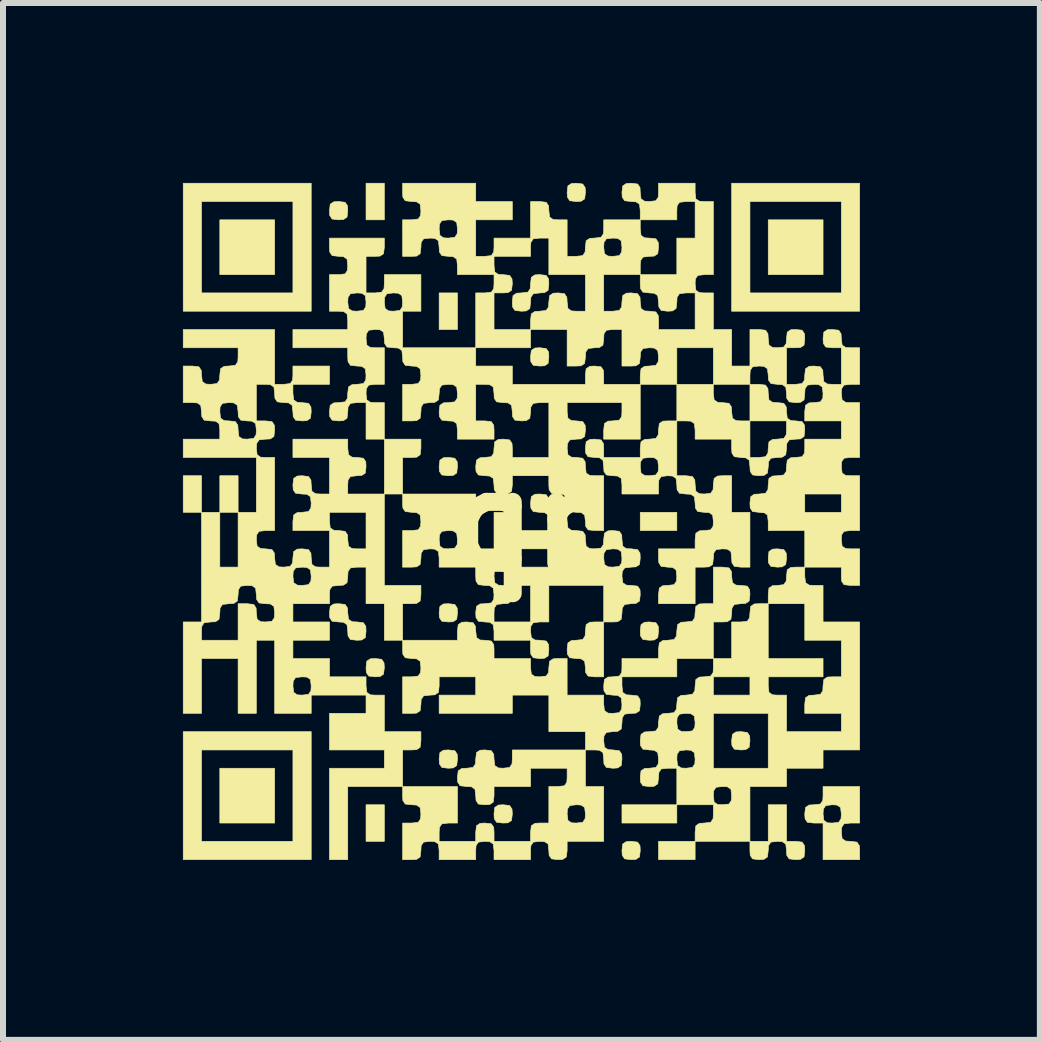
<source format=kicad_pcb>
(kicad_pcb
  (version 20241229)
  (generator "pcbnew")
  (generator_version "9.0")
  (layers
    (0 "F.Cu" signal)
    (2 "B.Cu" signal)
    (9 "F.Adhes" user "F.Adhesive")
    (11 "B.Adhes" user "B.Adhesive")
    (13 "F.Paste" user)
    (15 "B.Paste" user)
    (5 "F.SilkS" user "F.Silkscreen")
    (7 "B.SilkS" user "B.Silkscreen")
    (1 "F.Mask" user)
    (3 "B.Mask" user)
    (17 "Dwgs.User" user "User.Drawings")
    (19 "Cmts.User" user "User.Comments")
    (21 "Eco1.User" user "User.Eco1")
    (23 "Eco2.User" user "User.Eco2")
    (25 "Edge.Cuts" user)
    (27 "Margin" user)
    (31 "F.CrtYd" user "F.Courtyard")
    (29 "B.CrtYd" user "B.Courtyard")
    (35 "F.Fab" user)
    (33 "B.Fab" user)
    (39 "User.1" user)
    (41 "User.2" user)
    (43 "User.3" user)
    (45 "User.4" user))
  (footprint "qr"
    (layer "F.Cu")
    (at 5.644 5.644)
    (property "Reference" "qr" (at 0 0 0) (layer "F.SilkS") (effects (font (size 1.524 1.524) (thickness 0.3))))
    (attr through_hole)
    (fp_poly (pts (xy -5.639 -0.152) (xy -5.639 -0.762) (xy -5.334 -0.762) (xy -5.334 -0.152) (xy -5.639 -0.152)) (stroke (width 0.01) (type solid)) (fill yes) (layer "F.SilkS"))
    (fp_poly (pts (xy -4.115 -4.115) (xy -5.029 -4.115) (xy -5.029 -5.029) (xy -4.115 -5.029) (xy -4.115 -4.115)) (stroke (width 0.01) (type solid)) (fill yes) (layer "F.SilkS"))
    (fp_poly (pts (xy -4.115 5.029) (xy -5.029 5.029) (xy -5.029 4.115) (xy -4.115 4.115) (xy -4.115 5.029)) (stroke (width 0.01) (type solid)) (fill yes) (layer "F.SilkS"))
    (fp_poly (pts (xy -2.286 -5.029) (xy -2.591 -5.029) (xy -2.591 -5.639) (xy -2.286 -5.639) (xy -2.286 -5.029)) (stroke (width 0.01) (type solid)) (fill yes) (layer "F.SilkS"))
    (fp_poly (pts (xy -2.286 5.334) (xy -2.591 5.334) (xy -2.591 4.724) (xy -2.286 4.724) (xy -2.286 5.334)) (stroke (width 0.01) (type solid)) (fill yes) (layer "F.SilkS"))
    (fp_poly (pts (xy -1.067 -3.2) (xy -1.372 -3.2) (xy -1.372 -3.81) (xy -1.067 -3.81) (xy -1.067 -3.2)) (stroke (width 0.01) (type solid)) (fill yes) (layer "F.SilkS"))
    (fp_poly (pts (xy 2.591 0.152) (xy 1.981 0.152) (xy 1.981 -0.152) (xy 2.591 -0.152) (xy 2.591 0.152)) (stroke (width 0.01) (type solid)) (fill yes) (layer "F.SilkS"))
    (fp_poly (pts (xy 2.591 5.029) (xy 1.676 5.029) (xy 1.676 4.724) (xy 2.591 4.724) (xy 2.591 5.029)) (stroke (width 0.01) (type solid)) (fill yes) (layer "F.SilkS"))
    (fp_poly (pts (xy 2.896 5.639) (xy 2.286 5.639) (xy 2.286 5.334) (xy 2.896 5.334) (xy 2.896 5.639)) (stroke (width 0.01) (type solid)) (fill yes) (layer "F.SilkS"))
    (fp_poly (pts (xy 5.029 -4.115) (xy 4.115 -4.115) (xy 4.115 -5.029) (xy 5.029 -5.029) (xy 5.029 -4.115)) (stroke (width 0.01) (type solid)) (fill yes) (layer "F.SilkS"))
    (fp_poly (pts (xy -2.286 -1.372) (xy -1.676 -1.372) (xy -1.676 -1.219) (xy -1.689 -1.111) (xy -1.748 -1.071) (xy -1.829 -1.067) (xy -1.981 -1.067) (xy -1.981 -0.457) (xy -2.286 -0.457) (xy -2.286 -1.372)) (stroke (width 0.01) (type solid)) (fill yes) (layer "F.SilkS"))
    (fp_poly (pts (xy -3.505 -3.505) (xy -5.639 -3.505) (xy -5.639 -5.334) (xy -5.334 -5.334) (xy -5.334 -3.81) (xy -3.81 -3.81) (xy -3.81 -5.334) (xy -5.334 -5.334) (xy -5.639 -5.334) (xy -5.639 -5.639) (xy -3.505 -5.639) (xy -3.505 -3.505)) (stroke (width 0.01) (type solid)) (fill yes) (layer "F.SilkS"))
    (fp_poly (pts (xy -3.505 5.639) (xy -5.639 5.639) (xy -5.639 3.81) (xy -5.334 3.81) (xy -5.334 5.334) (xy -3.81 5.334) (xy -3.81 3.81) (xy -5.334 3.81) (xy -5.639 3.81) (xy -5.639 3.505) (xy -3.505 3.505) (xy -3.505 5.639)) (stroke (width 0.01) (type solid)) (fill yes) (layer "F.SilkS"))
    (fp_poly (pts (xy 5.639 -3.505) (xy 3.505 -3.505) (xy 3.505 -5.334) (xy 3.81 -5.334) (xy 3.81 -3.81) (xy 5.334 -3.81) (xy 5.334 -5.334) (xy 3.81 -5.334) (xy 3.505 -5.334) (xy 3.505 -5.639) (xy 5.639 -5.639) (xy 5.639 -3.505)) (stroke (width 0.01) (type solid)) (fill yes) (layer "F.SilkS"))
    (fp_poly (pts (xy -2.94 -5.321) (xy -2.9 -5.262) (xy -2.896 -5.182) (xy -2.908 -5.074) (xy -2.968 -5.034) (xy -3.048 -5.029) (xy -3.156 -5.042) (xy -3.196 -5.101) (xy -3.2 -5.182) (xy -3.188 -5.29) (xy -3.128 -5.329) (xy -3.048 -5.334) (xy -2.94 -5.321)) (stroke (width 0.01) (type solid)) (fill yes) (layer "F.SilkS"))
    (fp_poly (pts (xy -2.33 2.299) (xy -2.291 2.358) (xy -2.286 2.438) (xy -2.299 2.546) (xy -2.358 2.586) (xy -2.438 2.591) (xy -2.546 2.578) (xy -2.586 2.519) (xy -2.591 2.438) (xy -2.578 2.33) (xy -2.519 2.291) (xy -2.438 2.286) (xy -2.33 2.299)) (stroke (width 0.01) (type solid)) (fill yes) (layer "F.SilkS"))
    (fp_poly (pts (xy -1.111 -1.054) (xy -1.071 -0.995) (xy -1.067 -0.914) (xy -1.079 -0.806) (xy -1.139 -0.767) (xy -1.219 -0.762) (xy -1.327 -0.775) (xy -1.367 -0.834) (xy -1.372 -0.914) (xy -1.359 -1.022) (xy -1.3 -1.062) (xy -1.219 -1.067) (xy -1.111 -1.054)) (stroke (width 0.01) (type solid)) (fill yes) (layer "F.SilkS"))
    (fp_poly (pts (xy -1.111 1.384) (xy -1.071 1.444) (xy -1.067 1.524) (xy -1.079 1.632) (xy -1.139 1.672) (xy -1.219 1.676) (xy -1.327 1.664) (xy -1.367 1.604) (xy -1.372 1.524) (xy -1.359 1.416) (xy -1.3 1.376) (xy -1.219 1.372) (xy -1.111 1.384)) (stroke (width 0.01) (type solid)) (fill yes) (layer "F.SilkS"))
    (fp_poly (pts (xy -1.111 3.823) (xy -1.071 3.882) (xy -1.067 3.962) (xy -1.079 4.07) (xy -1.139 4.11) (xy -1.219 4.115) (xy -1.327 4.102) (xy -1.367 4.043) (xy -1.372 3.962) (xy -1.359 3.854) (xy -1.3 3.815) (xy -1.219 3.81) (xy -1.111 3.823)) (stroke (width 0.01) (type solid)) (fill yes) (layer "F.SilkS"))
    (fp_poly (pts (xy -0.197 4.737) (xy -0.157 4.796) (xy -0.152 4.877) (xy -0.165 4.985) (xy -0.224 5.025) (xy -0.305 5.029) (xy -0.413 5.017) (xy -0.453 4.957) (xy -0.457 4.877) (xy -0.445 4.769) (xy -0.385 4.729) (xy -0.305 4.724) (xy -0.197 4.737)) (stroke (width 0.01) (type solid)) (fill yes) (layer "F.SilkS"))
    (fp_poly (pts (xy 0.413 -2.883) (xy 0.453 -2.824) (xy 0.457 -2.743) (xy 0.445 -2.635) (xy 0.385 -2.595) (xy 0.305 -2.591) (xy 0.197 -2.603) (xy 0.157 -2.663) (xy 0.152 -2.743) (xy 0.165 -2.851) (xy 0.224 -2.891) (xy 0.305 -2.896) (xy 0.413 -2.883)) (stroke (width 0.01) (type solid)) (fill yes) (layer "F.SilkS"))
    (fp_poly (pts (xy 1.022 -5.626) (xy 1.062 -5.567) (xy 1.067 -5.486) (xy 1.054 -5.378) (xy 0.995 -5.339) (xy 0.914 -5.334) (xy 0.806 -5.347) (xy 0.767 -5.406) (xy 0.762 -5.486) (xy 0.775 -5.594) (xy 0.834 -5.634) (xy 0.914 -5.639) (xy 1.022 -5.626)) (stroke (width 0.01) (type solid)) (fill yes) (layer "F.SilkS"))
    (fp_poly (pts (xy 1.937 5.347) (xy 1.977 5.406) (xy 1.981 5.486) (xy 1.969 5.594) (xy 1.909 5.634) (xy 1.829 5.639) (xy 1.721 5.626) (xy 1.681 5.567) (xy 1.676 5.486) (xy 1.689 5.378) (xy 1.748 5.339) (xy 1.829 5.334) (xy 1.937 5.347)) (stroke (width 0.01) (type solid)) (fill yes) (layer "F.SilkS"))
    (fp_poly (pts (xy 2.242 1.689) (xy 2.281 1.748) (xy 2.286 1.829) (xy 2.273 1.937) (xy 2.214 1.977) (xy 2.134 1.981) (xy 2.026 1.969) (xy 1.986 1.909) (xy 1.981 1.829) (xy 1.994 1.721) (xy 2.053 1.681) (xy 2.134 1.676) (xy 2.242 1.689)) (stroke (width 0.01) (type solid)) (fill yes) (layer "F.SilkS"))
    (fp_poly (pts (xy 3.766 3.518) (xy 3.805 3.577) (xy 3.81 3.658) (xy 3.797 3.766) (xy 3.738 3.805) (xy 3.658 3.81) (xy 3.55 3.797) (xy 3.51 3.738) (xy 3.505 3.658) (xy 3.518 3.55) (xy 3.577 3.51) (xy 3.658 3.505) (xy 3.766 3.518)) (stroke (width 0.01) (type solid)) (fill yes) (layer "F.SilkS"))
    (fp_poly (pts (xy 4.375 0.47) (xy 4.415 0.529) (xy 4.42 0.61) (xy 4.407 0.718) (xy 4.348 0.757) (xy 4.267 0.762) (xy 4.159 0.749) (xy 4.119 0.69) (xy 4.115 0.61) (xy 4.127 0.502) (xy 4.187 0.462) (xy 4.267 0.457) (xy 4.375 0.47)) (stroke (width 0.01) (type solid)) (fill yes) (layer "F.SilkS"))
    (fp_poly (pts (xy 1.372 2.591) (xy 1.219 2.591) (xy 1.111 2.578) (xy 1.071 2.519) (xy 1.067 2.438) (xy 1.054 2.33) (xy 0.995 2.291) (xy 0.914 2.286) (xy 0.806 2.273) (xy 0.767 2.214) (xy 0.762 2.134) (xy 0.775 2.026) (xy 0.834 1.986) (xy 0.914 1.981) (xy 1.022 1.969) (xy 1.062 1.909) (xy 1.067 1.829) (xy 1.079 1.721) (xy 1.139 1.681) (xy 1.219 1.676) (xy 1.372 1.676) (xy 1.372 2.591)) (stroke (width 0.01) (type solid)) (fill yes) (layer "F.SilkS"))
    (fp_poly (pts (xy -2.94 1.384) (xy -2.9 1.444) (xy -2.896 1.524) (xy -2.883 1.632) (xy -2.824 1.672) (xy -2.743 1.676) (xy -2.635 1.689) (xy -2.595 1.748) (xy -2.591 1.829) (xy -2.603 1.937) (xy -2.663 1.977) (xy -2.743 1.981) (xy -2.851 1.969) (xy -2.891 1.909) (xy -2.896 1.829) (xy -2.908 1.721) (xy -2.968 1.681) (xy -3.048 1.676) (xy -3.156 1.664) (xy -3.196 1.604) (xy -3.2 1.524) (xy -3.188 1.416) (xy -3.128 1.376) (xy -3.048 1.372) (xy -2.94 1.384)) (stroke (width 0.01) (type solid)) (fill yes) (layer "F.SilkS"))
    (fp_poly (pts (xy 0.413 -4.102) (xy 0.453 -4.043) (xy 0.457 -3.962) (xy 0.445 -3.854) (xy 0.385 -3.815) (xy 0.305 -3.81) (xy 0.197 -3.797) (xy 0.157 -3.738) (xy 0.152 -3.658) (xy 0.14 -3.55) (xy 0.08 -3.51) (xy 0 -3.505) (xy -0.108 -3.518) (xy -0.148 -3.577) (xy -0.152 -3.658) (xy -0.14 -3.766) (xy -0.08 -3.805) (xy 0 -3.81) (xy 0.108 -3.823) (xy 0.148 -3.882) (xy 0.152 -3.962) (xy 0.165 -4.07) (xy 0.224 -4.11) (xy 0.305 -4.115) (xy 0.413 -4.102)) (stroke (width 0.01) (type solid)) (fill yes) (layer "F.SilkS"))
    (fp_poly (pts (xy 4.115 5.334) (xy 4.115 4.724) (xy 4.42 4.724) (xy 4.42 5.334) (xy 4.572 5.334) (xy 4.68 5.347) (xy 4.72 5.406) (xy 4.724 5.486) (xy 4.712 5.594) (xy 4.652 5.634) (xy 4.572 5.639) (xy 4.464 5.626) (xy 4.424 5.567) (xy 4.42 5.486) (xy 4.407 5.378) (xy 4.348 5.339) (xy 4.267 5.334) (xy 4.159 5.347) (xy 4.119 5.406) (xy 4.115 5.486) (xy 4.102 5.594) (xy 4.043 5.634) (xy 3.962 5.639) (xy 3.854 5.626) (xy 3.815 5.567) (xy 3.81 5.486) (xy 3.81 5.334) (xy 4.115 5.334)) (stroke (width 0.01) (type solid)) (fill yes) (layer "F.SilkS"))
    (fp_poly (pts (xy 5.639 5.029) (xy 5.486 5.029) (xy 5.378 5.042) (xy 5.339 5.101) (xy 5.334 5.182) (xy 5.347 5.29) (xy 5.406 5.329) (xy 5.486 5.334) (xy 5.594 5.347) (xy 5.634 5.406) (xy 5.639 5.486) (xy 5.639 5.639) (xy 5.029 5.639) (xy 5.029 5.029) (xy 4.877 5.029) (xy 4.769 5.017) (xy 4.729 4.957) (xy 4.724 4.877) (xy 5.029 4.877) (xy 5.042 4.985) (xy 5.101 5.025) (xy 5.182 5.029) (xy 5.29 5.017) (xy 5.329 4.957) (xy 5.334 4.877) (xy 5.321 4.769) (xy 5.262 4.729) (xy 5.182 4.724) (xy 5.074 4.737) (xy 5.034 4.796) (xy 5.029 4.877) (xy 4.724 4.877) (xy 4.737 4.769) (xy 4.796 4.729) (xy 4.877 4.724) (xy 4.985 4.712) (xy 5.025 4.652) (xy 5.029 4.572) (xy 5.029 4.42) (xy 5.639 4.42) (xy 5.639 5.029)) (stroke (width 0.01) (type solid)) (fill yes) (layer "F.SilkS"))
    (fp_poly (pts (xy 2.591 -2.286) (xy 3.2 -2.286) (xy 3.2 -2.134) (xy 3.213 -2.026) (xy 3.272 -1.986) (xy 3.353 -1.981) (xy 3.461 -1.969) (xy 3.501 -1.909) (xy 3.505 -1.829) (xy 3.518 -1.721) (xy 3.577 -1.681) (xy 3.658 -1.676) (xy 3.81 -1.676) (xy 3.81 -1.067) (xy 3.962 -1.067) (xy 4.07 -1.079) (xy 4.11 -1.139) (xy 4.115 -1.219) (xy 4.127 -1.327) (xy 4.187 -1.367) (xy 4.267 -1.372) (xy 4.375 -1.384) (xy 4.415 -1.444) (xy 4.42 -1.524) (xy 4.42 -1.676) (xy 3.81 -1.676) (xy 3.81 -2.286) (xy 3.962 -2.286) (xy 4.07 -2.273) (xy 4.11 -2.214) (xy 4.115 -2.134) (xy 4.127 -2.026) (xy 4.187 -1.986) (xy 4.267 -1.981) (xy 4.375 -1.969) (xy 4.415 -1.909) (xy 4.42 -1.829) (xy 4.432 -1.721) (xy 4.492 -1.681) (xy 4.572 -1.676) (xy 4.68 -1.664) (xy 4.72 -1.604) (xy 4.724 -1.524) (xy 4.712 -1.416) (xy 4.652 -1.376) (xy 4.572 -1.372) (xy 4.464 -1.359) (xy 4.424 -1.3) (xy 4.42 -1.219) (xy 4.407 -1.111) (xy 4.348 -1.071) (xy 4.267 -1.067) (xy 4.159 -1.054) (xy 4.119 -0.995) (xy 4.115 -0.914) (xy 4.102 -0.806) (xy 4.043 -0.767) (xy 3.962 -0.762) (xy 3.854 -0.775) (xy 3.815 -0.834) (xy 3.81 -0.914) (xy 3.797 -1.022) (xy 3.738 -1.062) (xy 3.658 -1.067) (xy 3.55 -1.079) (xy 3.51 -1.139) (xy 3.505 -1.219) (xy 3.505 -1.372) (xy 2.896 -1.372) (xy 2.896 -1.524) (xy 2.883 -1.632) (xy 2.824 -1.672) (xy 2.743 -1.676) (xy 2.591 -1.676) (xy 2.591 -2.286)) (stroke (width 0.01) (type solid)) (fill yes) (layer "F.SilkS"))
    (fp_poly (pts (xy 2.591 -0.762) (xy 2.743 -0.762) (xy 2.851 -0.749) (xy 2.891 -0.69) (xy 2.896 -0.61) (xy 2.908 -0.502) (xy 2.968 -0.462) (xy 3.048 -0.457) (xy 3.156 -0.47) (xy 3.196 -0.529) (xy 3.2 -0.61) (xy 3.213 -0.718) (xy 3.272 -0.757) (xy 3.353 -0.762) (xy 3.505 -0.762) (xy 3.505 -0.152) (xy 3.81 -0.152) (xy 3.81 0.762) (xy 3.658 0.762) (xy 3.55 0.749) (xy 3.51 0.69) (xy 3.505 0.61) (xy 3.493 0.502) (xy 3.433 0.462) (xy 3.353 0.457) (xy 3.245 0.47) (xy 3.205 0.529) (xy 3.2 0.61) (xy 3.188 0.718) (xy 3.128 0.757) (xy 3.048 0.762) (xy 2.896 0.762) (xy 2.896 1.372) (xy 2.286 1.372) (xy 2.286 1.219) (xy 2.299 1.111) (xy 2.358 1.071) (xy 2.438 1.067) (xy 2.546 1.054) (xy 2.586 0.995) (xy 2.591 0.914) (xy 2.578 0.806) (xy 2.519 0.767) (xy 2.438 0.762) (xy 2.33 0.749) (xy 2.291 0.69) (xy 2.286 0.61) (xy 2.286 0.457) (xy 2.896 0.457) (xy 2.896 0.305) (xy 2.908 0.197) (xy 2.968 0.157) (xy 3.048 0.152) (xy 3.156 0.14) (xy 3.196 0.08) (xy 3.2 0) (xy 3.188 -0.108) (xy 3.128 -0.148) (xy 3.048 -0.152) (xy 2.94 -0.165) (xy 2.9 -0.224) (xy 2.896 -0.305) (xy 2.883 -0.413) (xy 2.824 -0.453) (xy 2.743 -0.457) (xy 2.635 -0.47) (xy 2.595 -0.529) (xy 2.591 -0.61) (xy 2.578 -0.718) (xy 2.519 -0.757) (xy 2.438 -0.762) (xy 2.33 -0.749) (xy 2.291 -0.69) (xy 2.286 -0.61) (xy 2.286 -0.457) (xy 1.676 -0.457) (xy 1.676 -0.61) (xy 1.664 -0.718) (xy 1.604 -0.757) (xy 1.524 -0.762) (xy 1.416 -0.775) (xy 1.376 -0.834) (xy 1.372 -0.914) (xy 1.981 -0.914) (xy 1.994 -0.806) (xy 2.053 -0.767) (xy 2.134 -0.762) (xy 2.242 -0.775) (xy 2.281 -0.834) (xy 2.286 -0.914) (xy 2.273 -1.022) (xy 2.214 -1.062) (xy 2.134 -1.067) (xy 2.026 -1.054) (xy 1.986 -0.995) (xy 1.981 -0.914) (xy 1.372 -0.914) (xy 1.359 -1.022) (xy 1.3 -1.062) (xy 1.219 -1.067) (xy 1.111 -1.079) (xy 1.071 -1.139) (xy 1.067 -1.219) (xy 1.079 -1.327) (xy 1.139 -1.367) (xy 1.219 -1.372) (xy 1.327 -1.359) (xy 1.367 -1.3) (xy 1.372 -1.219) (xy 1.372 -1.067) (xy 1.981 -1.067) (xy 1.981 -1.219) (xy 1.994 -1.327) (xy 2.053 -1.367) (xy 2.134 -1.372) (xy 2.242 -1.384) (xy 2.281 -1.444) (xy 2.286 -1.524) (xy 2.299 -1.632) (xy 2.358 -1.672) (xy 2.438 -1.676) (xy 2.591 -1.676) (xy 2.591 -0.762)) (stroke (width 0.01) (type solid)) (fill yes) (layer "F.SilkS"))
    (fp_poly (pts (xy 1.067 4.42) (xy 1.372 4.42) (xy 1.372 5.334) (xy 0.762 5.334) (xy 0.762 5.486) (xy 0.749 5.594) (xy 0.69 5.634) (xy 0.61 5.639) (xy 0.502 5.626) (xy 0.462 5.567) (xy 0.457 5.486) (xy 0.445 5.378) (xy 0.385 5.339) (xy 0.305 5.334) (xy 0.197 5.347) (xy 0.157 5.406) (xy 0.152 5.486) (xy 0.152 5.639) (xy -0.457 5.639) (xy -0.457 5.486) (xy -0.47 5.378) (xy -0.529 5.339) (xy -0.61 5.334) (xy -0.718 5.347) (xy -0.757 5.406) (xy -0.762 5.486) (xy -0.762 5.639) (xy -1.372 5.639) (xy -1.372 5.486) (xy -1.384 5.378) (xy -1.444 5.339) (xy -1.524 5.334) (xy -1.632 5.347) (xy -1.672 5.406) (xy -1.676 5.486) (xy -1.689 5.594) (xy -1.748 5.634) (xy -1.829 5.639) (xy -1.981 5.639) (xy -1.981 5.029) (xy -1.829 5.029) (xy -1.721 5.017) (xy -1.681 4.957) (xy -1.676 4.877) (xy -1.689 4.769) (xy -1.748 4.729) (xy -1.829 4.724) (xy -1.937 4.712) (xy -1.977 4.652) (xy -1.981 4.572) (xy -1.981 4.42) (xy -1.067 4.42) (xy -1.067 5.029) (xy -1.219 5.029) (xy -1.327 5.042) (xy -1.367 5.101) (xy -1.372 5.182) (xy -1.372 5.334) (xy -0.762 5.334) (xy -0.762 5.182) (xy -0.749 5.074) (xy -0.69 5.034) (xy -0.61 5.029) (xy -0.502 5.042) (xy -0.462 5.101) (xy -0.457 5.182) (xy -0.457 5.334) (xy 0.152 5.334) (xy 0.152 5.182) (xy 0.165 5.074) (xy 0.224 5.034) (xy 0.305 5.029) (xy 0.457 5.029) (xy 0.457 4.877) (xy 0.762 4.877) (xy 0.775 4.985) (xy 0.834 5.025) (xy 0.914 5.029) (xy 1.022 5.017) (xy 1.062 4.957) (xy 1.067 4.877) (xy 1.054 4.769) (xy 0.995 4.729) (xy 0.914 4.724) (xy 0.806 4.737) (xy 0.767 4.796) (xy 0.762 4.877) (xy 0.457 4.877) (xy 0.457 4.42) (xy 0.61 4.42) (xy 0.718 4.407) (xy 0.757 4.348) (xy 0.762 4.267) (xy 0.762 4.115) (xy 0.152 4.115) (xy 0.152 4.42) (xy -0.457 4.42) (xy -0.457 4.572) (xy -0.47 4.68) (xy -0.529 4.72) (xy -0.61 4.724) (xy -0.718 4.712) (xy -0.757 4.652) (xy -0.762 4.572) (xy -0.775 4.464) (xy -0.834 4.424) (xy -0.914 4.42) (xy -1.022 4.407) (xy -1.062 4.348) (xy -1.067 4.267) (xy -1.054 4.159) (xy -0.995 4.119) (xy -0.914 4.115) (xy -0.806 4.102) (xy -0.767 4.043) (xy -0.762 3.962) (xy -0.749 3.854) (xy -0.69 3.815) (xy -0.61 3.81) (xy -0.502 3.823) (xy -0.462 3.882) (xy -0.457 3.962) (xy -0.445 4.07) (xy -0.385 4.11) (xy -0.305 4.115) (xy -0.197 4.102) (xy -0.157 4.043) (xy -0.152 3.962) (xy -0.152 3.81) (xy 1.067 3.81) (xy 1.067 4.42)) (stroke (width 0.01) (type solid)) (fill yes) (layer "F.SilkS"))
    (fp_poly (pts (xy 1.067 3.505) (xy 0.457 3.505) (xy 0.457 2.896) (xy -0.152 2.896) (xy -0.152 3.2) (xy -1.372 3.2) (xy -1.372 2.896) (xy -0.762 2.896) (xy -0.762 2.591) (xy -1.372 2.591) (xy -1.372 2.743) (xy -1.384 2.851) (xy -1.444 2.891) (xy -1.524 2.896) (xy -1.632 2.908) (xy -1.672 2.968) (xy -1.676 3.048) (xy -1.689 3.156) (xy -1.748 3.196) (xy -1.829 3.2) (xy -1.981 3.2) (xy -1.981 2.591) (xy -1.829 2.591) (xy -1.721 2.578) (xy -1.681 2.519) (xy -1.676 2.438) (xy -1.689 2.33) (xy -1.748 2.291) (xy -1.829 2.286) (xy -1.937 2.273) (xy -1.977 2.214) (xy -1.981 2.134) (xy -1.981 1.981) (xy -1.067 1.981) (xy -1.067 1.829) (xy -1.054 1.721) (xy -0.995 1.681) (xy -0.914 1.676) (xy -0.806 1.689) (xy -0.767 1.748) (xy -0.762 1.829) (xy -0.749 1.937) (xy -0.69 1.977) (xy -0.61 1.981) (xy -0.502 1.994) (xy -0.462 2.053) (xy -0.457 2.134) (xy -0.457 2.286) (xy 0.152 2.286) (xy 0.152 2.438) (xy 0.165 2.546) (xy 0.224 2.586) (xy 0.305 2.591) (xy 0.413 2.578) (xy 0.453 2.519) (xy 0.457 2.438) (xy 0.47 2.33) (xy 0.529 2.291) (xy 0.61 2.286) (xy 0.762 2.286) (xy 0.762 2.896) (xy 1.372 2.896) (xy 1.372 3.048) (xy 1.384 3.156) (xy 1.444 3.196) (xy 1.524 3.2) (xy 1.632 3.188) (xy 1.672 3.128) (xy 1.676 3.048) (xy 1.664 2.94) (xy 1.604 2.9) (xy 1.524 2.896) (xy 1.416 2.883) (xy 1.376 2.824) (xy 1.372 2.743) (xy 1.384 2.635) (xy 1.444 2.595) (xy 1.524 2.591) (xy 1.632 2.578) (xy 1.672 2.519) (xy 1.676 2.438) (xy 1.676 2.286) (xy 2.286 2.286) (xy 2.286 2.134) (xy 2.299 2.026) (xy 2.358 1.986) (xy 2.438 1.981) (xy 2.546 1.969) (xy 2.586 1.909) (xy 2.591 1.829) (xy 2.603 1.721) (xy 2.663 1.681) (xy 2.743 1.676) (xy 2.851 1.664) (xy 2.891 1.604) (xy 2.896 1.524) (xy 2.908 1.416) (xy 2.968 1.376) (xy 3.048 1.372) (xy 3.2 1.372) (xy 3.2 0.762) (xy 3.353 0.762) (xy 3.461 0.775) (xy 3.501 0.834) (xy 3.505 0.914) (xy 3.518 1.022) (xy 3.577 1.062) (xy 3.658 1.067) (xy 3.766 1.079) (xy 3.805 1.139) (xy 3.81 1.219) (xy 3.797 1.327) (xy 3.738 1.367) (xy 3.658 1.372) (xy 3.55 1.384) (xy 3.51 1.444) (xy 3.505 1.524) (xy 3.493 1.632) (xy 3.433 1.672) (xy 3.353 1.676) (xy 3.2 1.676) (xy 3.2 2.286) (xy 2.591 2.286) (xy 2.591 2.591) (xy 1.676 2.591) (xy 1.676 2.743) (xy 1.689 2.851) (xy 1.748 2.891) (xy 1.829 2.896) (xy 1.937 2.908) (xy 1.977 2.968) (xy 1.981 3.048) (xy 1.969 3.156) (xy 1.909 3.196) (xy 1.829 3.2) (xy 1.721 3.213) (xy 1.681 3.272) (xy 1.676 3.353) (xy 1.664 3.461) (xy 1.604 3.501) (xy 1.524 3.505) (xy 1.416 3.518) (xy 1.376 3.577) (xy 1.372 3.658) (xy 1.384 3.766) (xy 1.444 3.805) (xy 1.524 3.81) (xy 1.632 3.823) (xy 1.672 3.882) (xy 1.676 3.962) (xy 1.664 4.07) (xy 1.604 4.11) (xy 1.524 4.115) (xy 1.416 4.102) (xy 1.376 4.043) (xy 1.372 3.962) (xy 1.359 3.854) (xy 1.3 3.815) (xy 1.219 3.81) (xy 1.067 3.81) (xy 1.067 3.505)) (stroke (width 0.01) (type solid)) (fill yes) (layer "F.SilkS"))
    (fp_poly (pts (xy 2.896 5.334) (xy 2.896 5.182) (xy 2.908 5.074) (xy 2.968 5.034) (xy 3.048 5.029) (xy 3.156 5.017) (xy 3.196 4.957) (xy 3.2 4.877) (xy 3.2 4.724) (xy 2.591 4.724) (xy 2.591 4.572) (xy 3.2 4.572) (xy 3.213 4.68) (xy 3.272 4.72) (xy 3.353 4.724) (xy 3.461 4.712) (xy 3.501 4.652) (xy 3.505 4.572) (xy 3.493 4.464) (xy 3.433 4.424) (xy 3.353 4.42) (xy 3.245 4.432) (xy 3.205 4.492) (xy 3.2 4.572) (xy 2.591 4.572) (xy 2.591 4.115) (xy 2.438 4.115) (xy 2.33 4.127) (xy 2.291 4.187) (xy 2.286 4.267) (xy 2.273 4.375) (xy 2.214 4.415) (xy 2.134 4.42) (xy 2.026 4.407) (xy 1.986 4.348) (xy 1.981 4.267) (xy 1.994 4.159) (xy 2.053 4.119) (xy 2.134 4.115) (xy 2.242 4.102) (xy 2.281 4.043) (xy 2.286 3.962) (xy 2.591 3.962) (xy 2.603 4.07) (xy 2.663 4.11) (xy 2.743 4.115) (xy 2.851 4.102) (xy 2.891 4.043) (xy 2.896 3.962) (xy 2.883 3.854) (xy 2.824 3.815) (xy 2.743 3.81) (xy 2.635 3.823) (xy 2.595 3.882) (xy 2.591 3.962) (xy 2.286 3.962) (xy 2.273 3.854) (xy 2.214 3.815) (xy 2.134 3.81) (xy 2.026 3.797) (xy 1.986 3.738) (xy 1.981 3.658) (xy 1.994 3.55) (xy 2.053 3.51) (xy 2.134 3.505) (xy 2.242 3.493) (xy 2.281 3.433) (xy 2.286 3.353) (xy 2.591 3.353) (xy 2.603 3.461) (xy 2.663 3.501) (xy 2.743 3.505) (xy 2.851 3.493) (xy 2.891 3.433) (xy 2.896 3.353) (xy 2.883 3.245) (xy 2.824 3.205) (xy 2.743 3.2) (xy 3.2 3.2) (xy 3.2 4.115) (xy 4.115 4.115) (xy 4.115 3.2) (xy 3.2 3.2) (xy 2.743 3.2) (xy 2.635 3.213) (xy 2.595 3.272) (xy 2.591 3.353) (xy 2.286 3.353) (xy 2.299 3.245) (xy 2.358 3.205) (xy 2.438 3.2) (xy 2.546 3.188) (xy 2.586 3.128) (xy 2.591 3.048) (xy 2.603 2.94) (xy 2.663 2.9) (xy 2.743 2.896) (xy 2.851 2.883) (xy 2.891 2.824) (xy 2.896 2.743) (xy 2.908 2.635) (xy 2.968 2.595) (xy 3.048 2.591) (xy 3.2 2.591) (xy 3.2 2.896) (xy 3.81 2.896) (xy 3.81 2.591) (xy 3.2 2.591) (xy 3.048 2.591) (xy 3.156 2.578) (xy 3.196 2.519) (xy 3.2 2.438) (xy 3.2 2.286) (xy 3.505 2.286) (xy 3.505 1.676) (xy 3.658 1.676) (xy 3.766 1.664) (xy 3.805 1.604) (xy 3.81 1.524) (xy 3.823 1.416) (xy 3.882 1.376) (xy 3.962 1.372) (xy 4.115 1.372) (xy 4.115 2.286) (xy 5.029 2.286) (xy 5.029 2.591) (xy 4.115 2.591) (xy 4.115 2.743) (xy 4.127 2.851) (xy 4.187 2.891) (xy 4.267 2.896) (xy 4.42 2.896) (xy 4.42 3.505) (xy 5.334 3.505) (xy 5.334 3.2) (xy 4.724 3.2) (xy 4.724 3.048) (xy 4.737 2.94) (xy 4.796 2.9) (xy 4.877 2.896) (xy 4.985 2.883) (xy 5.025 2.824) (xy 5.029 2.743) (xy 5.042 2.635) (xy 5.101 2.595) (xy 5.182 2.591) (xy 5.334 2.591) (xy 5.334 1.981) (xy 4.724 1.981) (xy 4.724 1.372) (xy 4.115 1.372) (xy 4.115 1.219) (xy 4.127 1.111) (xy 4.187 1.071) (xy 4.267 1.067) (xy 4.375 1.054) (xy 4.415 0.995) (xy 4.42 0.914) (xy 4.432 0.806) (xy 4.492 0.767) (xy 4.572 0.762) (xy 4.724 0.762) (xy 4.724 0.914) (xy 4.737 1.022) (xy 4.796 1.062) (xy 4.877 1.067) (xy 5.029 1.067) (xy 5.029 1.676) (xy 5.639 1.676) (xy 5.639 3.81) (xy 5.029 3.81) (xy 5.029 4.115) (xy 4.42 4.115) (xy 4.42 4.42) (xy 3.81 4.42) (xy 3.81 5.334) (xy 2.896 5.334)) (stroke (width 0.01) (type solid)) (fill yes) (layer "F.SilkS"))
    (fp_poly (pts (xy 1.372 1.067) (xy 0.457 1.067) (xy 0.457 1.676) (xy 0.305 1.676) (xy 0.197 1.689) (xy 0.157 1.748) (xy 0.152 1.829) (xy 0.165 1.937) (xy 0.224 1.977) (xy 0.305 1.981) (xy 0.413 1.994) (xy 0.453 2.053) (xy 0.457 2.134) (xy 0.445 2.242) (xy 0.385 2.281) (xy 0.305 2.286) (xy 0.197 2.273) (xy 0.157 2.214) (xy 0.152 2.134) (xy 0.152 1.981) (xy -0.457 1.981) (xy -0.457 1.829) (xy -0.47 1.721) (xy -0.529 1.681) (xy -0.61 1.676) (xy -0.718 1.664) (xy -0.757 1.604) (xy -0.762 1.524) (xy -0.749 1.416) (xy -0.69 1.376) (xy -0.61 1.372) (xy -0.502 1.359) (xy -0.462 1.3) (xy -0.457 1.219) (xy -0.47 1.111) (xy -0.529 1.071) (xy -0.61 1.067) (xy -0.718 1.054) (xy -0.757 0.995) (xy -0.762 0.914) (xy -0.457 0.914) (xy -0.445 1.022) (xy -0.385 1.062) (xy -0.305 1.067) (xy -0.197 1.079) (xy -0.157 1.139) (xy -0.152 1.219) (xy -0.165 1.327) (xy -0.224 1.367) (xy -0.305 1.372) (xy -0.413 1.384) (xy -0.453 1.444) (xy -0.457 1.524) (xy -0.457 1.676) (xy 0.152 1.676) (xy 0.152 1.067) (xy 0 1.067) (xy -0.108 1.054) (xy -0.148 0.995) (xy -0.152 0.914) (xy -0.152 0.762) (xy 0.457 0.762) (xy 0.457 0.61) (xy 1.372 0.61) (xy 1.384 0.718) (xy 1.444 0.757) (xy 1.524 0.762) (xy 1.632 0.749) (xy 1.672 0.69) (xy 1.676 0.61) (xy 1.664 0.502) (xy 1.604 0.462) (xy 1.524 0.457) (xy 1.416 0.47) (xy 1.376 0.529) (xy 1.372 0.61) (xy 0.457 0.61) (xy 0.457 0.457) (xy -0.152 0.457) (xy -0.152 0.61) (xy -0.165 0.718) (xy -0.224 0.757) (xy -0.305 0.762) (xy -0.413 0.775) (xy -0.453 0.834) (xy -0.457 0.914) (xy -0.762 0.914) (xy -0.762 0.762) (xy -1.372 0.762) (xy -1.372 0.61) (xy -1.384 0.502) (xy -1.444 0.462) (xy -1.524 0.457) (xy -1.632 0.47) (xy -1.672 0.529) (xy -1.676 0.61) (xy -1.689 0.718) (xy -1.748 0.757) (xy -1.829 0.762) (xy -1.981 0.762) (xy -1.981 0.305) (xy -1.372 0.305) (xy -1.359 0.413) (xy -1.3 0.453) (xy -1.219 0.457) (xy -1.111 0.445) (xy -1.071 0.385) (xy -1.067 0.305) (xy -1.079 0.197) (xy -1.139 0.157) (xy -1.219 0.152) (xy -1.327 0.165) (xy -1.367 0.224) (xy -1.372 0.305) (xy -1.981 0.305) (xy -1.981 0.152) (xy -1.829 0.152) (xy -1.721 0.14) (xy -1.681 0.08) (xy -1.676 0) (xy -1.689 -0.108) (xy -1.748 -0.148) (xy -1.829 -0.152) (xy -1.937 -0.165) (xy -1.977 -0.224) (xy -1.981 -0.305) (xy -1.981 -0.457) (xy -0.762 -0.457) (xy -0.762 0.457) (xy -0.457 0.457) (xy -0.457 -0.152) (xy -0.305 -0.152) (xy -0.197 -0.14) (xy -0.157 -0.08) (xy -0.152 0) (xy -0.152 0.152) (xy 0.457 0.152) (xy 0.457 0) (xy 0.445 -0.108) (xy 0.385 -0.148) (xy 0.305 -0.152) (xy 0.197 -0.165) (xy 0.157 -0.224) (xy 0.152 -0.305) (xy 0.165 -0.413) (xy 0.224 -0.453) (xy 0.305 -0.457) (xy 0.413 -0.445) (xy 0.453 -0.385) (xy 0.457 -0.305) (xy 0.47 -0.197) (xy 0.529 -0.157) (xy 0.61 -0.152) (xy 0.718 -0.14) (xy 0.757 -0.08) (xy 0.762 0) (xy 0.775 0.108) (xy 0.834 0.148) (xy 0.914 0.152) (xy 1.022 0.165) (xy 1.062 0.224) (xy 1.067 0.305) (xy 1.079 0.413) (xy 1.139 0.453) (xy 1.219 0.457) (xy 1.327 0.445) (xy 1.367 0.385) (xy 1.372 0.305) (xy 1.384 0.197) (xy 1.444 0.157) (xy 1.524 0.152) (xy 1.632 0.165) (xy 1.672 0.224) (xy 1.676 0.305) (xy 1.689 0.413) (xy 1.748 0.453) (xy 1.829 0.457) (xy 1.937 0.47) (xy 1.977 0.529) (xy 1.981 0.61) (xy 1.969 0.718) (xy 1.909 0.757) (xy 1.829 0.762) (xy 1.721 0.775) (xy 1.681 0.834) (xy 1.676 0.914) (xy 1.689 1.022) (xy 1.748 1.062) (xy 1.829 1.067) (xy 1.937 1.079) (xy 1.977 1.139) (xy 1.981 1.219) (xy 1.969 1.327) (xy 1.909 1.367) (xy 1.829 1.372) (xy 1.721 1.384) (xy 1.681 1.444) (xy 1.676 1.524) (xy 1.664 1.632) (xy 1.604 1.672) (xy 1.524 1.676) (xy 1.372 1.676) (xy 1.372 1.067)) (stroke (width 0.01) (type solid)) (fill yes) (layer "F.SilkS"))
    (fp_poly (pts (xy -2.591 -1.372) (xy -2.591 -1.981) (xy -2.743 -1.981) (xy -2.851 -1.969) (xy -2.891 -1.909) (xy -2.896 -1.829) (xy -2.908 -1.721) (xy -2.968 -1.681) (xy -3.048 -1.676) (xy -3.156 -1.689) (xy -3.196 -1.748) (xy -3.2 -1.829) (xy -3.188 -1.937) (xy -3.128 -1.977) (xy -3.048 -1.981) (xy -2.94 -1.994) (xy -2.9 -2.053) (xy -2.896 -2.134) (xy -2.883 -2.242) (xy -2.824 -2.281) (xy -2.743 -2.286) (xy -2.635 -2.299) (xy -2.595 -2.358) (xy -2.591 -2.438) (xy -2.603 -2.546) (xy -2.663 -2.586) (xy -2.743 -2.591) (xy -2.851 -2.603) (xy -2.891 -2.663) (xy -2.896 -2.743) (xy -2.896 -2.896) (xy -3.81 -2.896) (xy -3.81 -3.2) (xy -2.896 -3.2) (xy -2.896 -3.353) (xy -2.908 -3.461) (xy -2.968 -3.501) (xy -3.048 -3.505) (xy -3.2 -3.505) (xy -3.2 -3.658) (xy -2.896 -3.658) (xy -2.883 -3.55) (xy -2.824 -3.51) (xy -2.743 -3.505) (xy -2.635 -3.518) (xy -2.595 -3.577) (xy -2.591 -3.658) (xy -2.286 -3.658) (xy -2.273 -3.55) (xy -2.214 -3.51) (xy -2.134 -3.505) (xy -2.026 -3.518) (xy -1.986 -3.577) (xy -1.981 -3.658) (xy -1.994 -3.766) (xy -2.053 -3.805) (xy -2.134 -3.81) (xy -2.242 -3.797) (xy -2.281 -3.738) (xy -2.286 -3.658) (xy -2.591 -3.658) (xy -2.603 -3.766) (xy -2.663 -3.805) (xy -2.743 -3.81) (xy -2.851 -3.797) (xy -2.891 -3.738) (xy -2.896 -3.658) (xy -3.2 -3.658) (xy -3.2 -4.115) (xy -3.048 -4.115) (xy -2.94 -4.127) (xy -2.9 -4.187) (xy -2.896 -4.267) (xy -2.908 -4.375) (xy -2.968 -4.415) (xy -3.048 -4.42) (xy -3.156 -4.432) (xy -3.196 -4.492) (xy -3.2 -4.572) (xy -3.2 -4.724) (xy -2.286 -4.724) (xy -2.286 -4.572) (xy -2.299 -4.464) (xy -2.358 -4.424) (xy -2.438 -4.42) (xy -2.591 -4.42) (xy -2.591 -3.81) (xy -2.438 -3.81) (xy -2.33 -3.823) (xy -2.291 -3.882) (xy -2.286 -3.962) (xy -2.286 -4.115) (xy -1.676 -4.115) (xy -1.676 -3.505) (xy -1.981 -3.505) (xy -1.981 -2.896) (xy -0.762 -2.896) (xy -0.762 -2.591) (xy -0.152 -2.591) (xy -0.152 -2.286) (xy 1.067 -2.286) (xy 1.067 -2.438) (xy 1.079 -2.546) (xy 1.139 -2.586) (xy 1.219 -2.591) (xy 1.327 -2.578) (xy 1.367 -2.519) (xy 1.372 -2.438) (xy 1.372 -2.286) (xy 1.981 -2.286) (xy 1.981 -1.372) (xy 1.372 -1.372) (xy 1.372 -1.524) (xy 1.384 -1.632) (xy 1.444 -1.672) (xy 1.524 -1.676) (xy 1.632 -1.689) (xy 1.672 -1.748) (xy 1.676 -1.829) (xy 1.676 -1.981) (xy 0.762 -1.981) (xy 0.762 -1.829) (xy 0.775 -1.721) (xy 0.834 -1.681) (xy 0.914 -1.676) (xy 1.022 -1.664) (xy 1.062 -1.604) (xy 1.067 -1.524) (xy 1.054 -1.416) (xy 0.995 -1.376) (xy 0.914 -1.372) (xy 0.806 -1.359) (xy 0.767 -1.3) (xy 0.762 -1.219) (xy 0.775 -1.111) (xy 0.834 -1.071) (xy 0.914 -1.067) (xy 1.022 -1.054) (xy 1.062 -0.995) (xy 1.067 -0.914) (xy 1.079 -0.806) (xy 1.139 -0.767) (xy 1.219 -0.762) (xy 1.372 -0.762) (xy 1.372 0.152) (xy 1.219 0.152) (xy 1.111 0.14) (xy 1.071 0.08) (xy 1.067 0) (xy 1.054 -0.108) (xy 0.995 -0.148) (xy 0.914 -0.152) (xy 0.806 -0.165) (xy 0.767 -0.224) (xy 0.762 -0.305) (xy 0.749 -0.413) (xy 0.69 -0.453) (xy 0.61 -0.457) (xy 0.502 -0.47) (xy 0.462 -0.529) (xy 0.457 -0.61) (xy 0.457 -0.762) (xy -0.152 -0.762) (xy -0.152 -0.61) (xy -0.165 -0.502) (xy -0.224 -0.462) (xy -0.305 -0.457) (xy -0.413 -0.47) (xy -0.453 -0.529) (xy -0.457 -0.61) (xy -0.47 -0.718) (xy -0.529 -0.757) (xy -0.61 -0.762) (xy -0.718 -0.775) (xy -0.757 -0.834) (xy -0.762 -0.914) (xy -0.749 -1.022) (xy -0.69 -1.062) (xy -0.61 -1.067) (xy -0.502 -1.079) (xy -0.462 -1.139) (xy -0.457 -1.219) (xy -0.445 -1.327) (xy -0.385 -1.367) (xy -0.305 -1.372) (xy -0.197 -1.359) (xy -0.157 -1.3) (xy -0.152 -1.219) (xy -0.152 -1.067) (xy 0.457 -1.067) (xy 0.457 -1.981) (xy 0.305 -1.981) (xy 0.197 -1.969) (xy 0.157 -1.909) (xy 0.152 -1.829) (xy 0.14 -1.721) (xy 0.08 -1.681) (xy 0 -1.676) (xy -0.108 -1.689) (xy -0.148 -1.748) (xy -0.152 -1.829) (xy -0.165 -1.937) (xy -0.224 -1.977) (xy -0.305 -1.981) (xy -0.413 -1.994) (xy -0.453 -2.053) (xy -0.457 -2.134) (xy -0.47 -2.242) (xy -0.529 -2.281) (xy -0.61 -2.286) (xy -0.762 -2.286) (xy -0.762 -1.676) (xy -0.61 -1.676) (xy -0.502 -1.664) (xy -0.462 -1.604) (xy -0.457 -1.524) (xy -0.457 -1.372) (xy -1.067 -1.372) (xy -1.067 -1.524) (xy -1.079 -1.632) (xy -1.139 -1.672) (xy -1.219 -1.676) (xy -1.327 -1.689) (xy -1.367 -1.748) (xy -1.372 -1.829) (xy -1.359 -1.937) (xy -1.3 -1.977) (xy -1.219 -1.981) (xy -1.111 -1.994) (xy -1.071 -2.053) (xy -1.067 -2.134) (xy -1.079 -2.242) (xy -1.139 -2.281) (xy -1.219 -2.286) (xy -1.327 -2.273) (xy -1.367 -2.214) (xy -1.372 -2.134) (xy -1.384 -2.026) (xy -1.444 -1.986) (xy -1.524 -1.981) (xy -1.632 -1.969) (xy -1.672 -1.909) (xy -1.676 -1.829) (xy -1.689 -1.721) (xy -1.748 -1.681) (xy -1.829 -1.676) (xy -1.981 -1.676) (xy -1.981 -2.286) (xy -1.829 -2.286) (xy -1.721 -2.299) (xy -1.681 -2.358) (xy -1.676 -2.438) (xy -1.689 -2.546) (xy -1.748 -2.586) (xy -1.829 -2.591) (xy -1.937 -2.603) (xy -1.977 -2.663) (xy -1.981 -2.743) (xy -1.994 -2.851) (xy -2.053 -2.891) (xy -2.134 -2.896) (xy -2.242 -2.908) (xy -2.281 -2.968) (xy -2.286 -3.048) (xy -2.299 -3.156) (xy -2.358 -3.196) (xy -2.438 -3.2) (xy -2.546 -3.188) (xy -2.586 -3.128) (xy -2.591 -3.048) (xy -2.578 -2.94) (xy -2.519 -2.9) (xy -2.438 -2.896) (xy -2.286 -2.896) (xy -2.286 -2.286) (xy -2.438 -2.286) (xy -2.546 -2.273) (xy -2.586 -2.214) (xy -2.591 -2.134) (xy -2.578 -2.026) (xy -2.519 -1.986) (xy -2.438 -1.981) (xy -2.286 -1.981) (xy -2.286 -1.372) (xy -2.591 -1.372)) (stroke (width 0.01) (type solid)) (fill yes) (layer "F.SilkS"))
    (fp_poly (pts (xy -5.029 -0.152) (xy -5.029 0.762) (xy -4.724 0.762) (xy -4.724 -0.152) (xy -5.029 -0.152) (xy -5.029 -0.762) (xy -4.724 -0.762) (xy -4.724 -0.152) (xy -4.42 -0.152) (xy -4.42 -1.067) (xy -5.639 -1.067) (xy -5.639 -1.372) (xy -5.029 -1.372) (xy -5.029 -1.524) (xy -5.042 -1.632) (xy -5.101 -1.672) (xy -5.182 -1.676) (xy -5.29 -1.689) (xy -5.329 -1.748) (xy -5.334 -1.829) (xy -5.029 -1.829) (xy -5.017 -1.721) (xy -4.957 -1.681) (xy -4.877 -1.676) (xy -4.769 -1.664) (xy -4.729 -1.604) (xy -4.724 -1.524) (xy -4.712 -1.416) (xy -4.652 -1.376) (xy -4.572 -1.372) (xy -4.464 -1.384) (xy -4.424 -1.444) (xy -4.42 -1.524) (xy -4.432 -1.632) (xy -4.492 -1.672) (xy -4.572 -1.676) (xy -4.68 -1.689) (xy -4.72 -1.748) (xy -4.724 -1.829) (xy -4.737 -1.937) (xy -4.796 -1.977) (xy -4.877 -1.981) (xy -4.985 -1.969) (xy -5.025 -1.909) (xy -5.029 -1.829) (xy -5.334 -1.829) (xy -5.347 -1.937) (xy -5.406 -1.977) (xy -5.486 -1.981) (xy -5.639 -1.981) (xy -5.639 -2.591) (xy -5.486 -2.591) (xy -5.378 -2.578) (xy -5.339 -2.519) (xy -5.334 -2.438) (xy -5.321 -2.33) (xy -5.262 -2.291) (xy -5.182 -2.286) (xy -5.074 -2.299) (xy -5.034 -2.358) (xy -5.029 -2.438) (xy -5.017 -2.546) (xy -4.957 -2.586) (xy -4.877 -2.591) (xy -4.769 -2.603) (xy -4.729 -2.663) (xy -4.724 -2.743) (xy -4.724 -2.896) (xy -5.639 -2.896) (xy -5.639 -3.2) (xy -4.115 -3.2) (xy -4.115 -2.286) (xy -3.962 -2.286) (xy -3.854 -2.299) (xy -3.815 -2.358) (xy -3.81 -2.438) (xy -3.81 -2.591) (xy -3.2 -2.591) (xy -3.2 -2.286) (xy -3.81 -2.286) (xy -3.81 -2.134) (xy -3.797 -2.026) (xy -3.738 -1.986) (xy -3.658 -1.981) (xy -3.55 -1.969) (xy -3.51 -1.909) (xy -3.505 -1.829) (xy -3.518 -1.721) (xy -3.577 -1.681) (xy -3.658 -1.676) (xy -3.766 -1.689) (xy -3.805 -1.748) (xy -3.81 -1.829) (xy -3.823 -1.937) (xy -3.882 -1.977) (xy -3.962 -1.981) (xy -4.07 -1.994) (xy -4.11 -2.053) (xy -4.115 -2.134) (xy -4.127 -2.242) (xy -4.187 -2.281) (xy -4.267 -2.286) (xy -4.42 -2.286) (xy -4.42 -1.676) (xy -4.267 -1.676) (xy -4.159 -1.664) (xy -4.119 -1.604) (xy -4.115 -1.524) (xy -4.127 -1.416) (xy -4.187 -1.376) (xy -4.267 -1.372) (xy -4.375 -1.359) (xy -4.415 -1.3) (xy -4.42 -1.219) (xy -4.407 -1.111) (xy -4.348 -1.071) (xy -4.267 -1.067) (xy -4.115 -1.067) (xy -4.115 0.152) (xy -4.267 0.152) (xy -4.375 0.165) (xy -4.415 0.224) (xy -4.42 0.305) (xy -4.407 0.413) (xy -4.348 0.453) (xy -4.267 0.457) (xy -4.159 0.47) (xy -4.119 0.529) (xy -4.115 0.61) (xy -4.102 0.718) (xy -4.043 0.757) (xy -3.962 0.762) (xy -3.854 0.749) (xy -3.815 0.69) (xy -3.81 0.61) (xy -3.797 0.502) (xy -3.738 0.462) (xy -3.658 0.457) (xy -3.55 0.47) (xy -3.51 0.529) (xy -3.505 0.61) (xy -3.493 0.718) (xy -3.433 0.757) (xy -3.353 0.762) (xy -3.2 0.762) (xy -3.2 0.152) (xy -3.81 0.152) (xy -3.81 0) (xy -3.797 -0.108) (xy -3.738 -0.148) (xy -3.658 -0.152) (xy -3.2 -0.152) (xy -3.2 0) (xy -3.188 0.108) (xy -3.128 0.148) (xy -3.048 0.152) (xy -2.94 0.165) (xy -2.9 0.224) (xy -2.896 0.305) (xy -2.883 0.413) (xy -2.824 0.453) (xy -2.743 0.457) (xy -2.591 0.457) (xy -2.591 -0.152) (xy -3.2 -0.152) (xy -3.658 -0.152) (xy -3.55 -0.165) (xy -3.51 -0.224) (xy -3.505 -0.305) (xy -3.518 -0.413) (xy -3.577 -0.453) (xy -3.658 -0.457) (xy -3.766 -0.47) (xy -3.805 -0.529) (xy -3.81 -0.61) (xy -3.797 -0.718) (xy -3.738 -0.757) (xy -3.658 -0.762) (xy -3.55 -0.749) (xy -3.51 -0.69) (xy -3.505 -0.61) (xy -3.493 -0.502) (xy -3.433 -0.462) (xy -3.353 -0.457) (xy -3.2 -0.457) (xy -3.2 -1.067) (xy -3.81 -1.067) (xy -3.81 -1.372) (xy -2.896 -1.372) (xy -2.896 -1.219) (xy -2.883 -1.111) (xy -2.824 -1.071) (xy -2.743 -1.067) (xy -2.635 -1.054) (xy -2.595 -0.995) (xy -2.591 -0.914) (xy -2.603 -0.806) (xy -2.663 -0.767) (xy -2.743 -0.762) (xy -2.851 -0.749) (xy -2.891 -0.69) (xy -2.896 -0.61) (xy -2.896 -0.457) (xy -2.286 -0.457) (xy -2.286 1.067) (xy -1.676 1.067) (xy -1.676 1.219) (xy -1.689 1.327) (xy -1.748 1.367) (xy -1.829 1.372) (xy -1.981 1.372) (xy -1.981 1.981) (xy -2.286 1.981) (xy -2.286 1.372) (xy -2.591 1.372) (xy -2.591 0.762) (xy -2.743 0.762) (xy -2.851 0.775) (xy -2.891 0.834) (xy -2.896 0.914) (xy -2.908 1.022) (xy -2.968 1.062) (xy -3.048 1.067) (xy -3.156 1.079) (xy -3.196 1.139) (xy -3.2 1.219) (xy -3.2 1.372) (xy -3.81 1.372) (xy -3.81 1.676) (xy -3.2 1.676) (xy -3.2 1.981) (xy -3.81 1.981) (xy -3.81 2.286) (xy -3.2 2.286) (xy -3.2 2.591) (xy -2.591 2.591) (xy -2.591 2.743) (xy -2.578 2.851) (xy -2.519 2.891) (xy -2.438 2.896) (xy -2.286 2.896) (xy -2.286 3.505) (xy -1.676 3.505) (xy -1.676 3.658) (xy -1.689 3.766) (xy -1.748 3.805) (xy -1.829 3.81) (xy -1.981 3.81) (xy -1.981 4.42) (xy -2.896 4.42) (xy -2.896 5.639) (xy -3.2 5.639) (xy -3.2 4.115) (xy -2.286 4.115) (xy -2.286 3.81) (xy -3.2 3.81) (xy -3.2 3.2) (xy -2.591 3.2) (xy -2.591 2.896) (xy -3.505 2.896) (xy -3.505 3.2) (xy -4.115 3.2) (xy -4.115 2.743) (xy -3.81 2.743) (xy -3.797 2.851) (xy -3.738 2.891) (xy -3.658 2.896) (xy -3.55 2.883) (xy -3.51 2.824) (xy -3.505 2.743) (xy -3.518 2.635) (xy -3.577 2.595) (xy -3.658 2.591) (xy -3.766 2.603) (xy -3.805 2.663) (xy -3.81 2.743) (xy -4.115 2.743) (xy -4.115 1.981) (xy -4.42 1.981) (xy -4.42 3.2) (xy -4.724 3.2) (xy -4.724 2.286) (xy -5.334 2.286) (xy -5.334 3.2) (xy -5.639 3.2) (xy -5.639 1.829) (xy -5.334 1.829) (xy -5.334 1.981) (xy -4.724 1.981) (xy -4.724 1.372) (xy -4.572 1.372) (xy -4.464 1.384) (xy -4.424 1.444) (xy -4.42 1.524) (xy -4.407 1.632) (xy -4.348 1.672) (xy -4.267 1.676) (xy -4.159 1.664) (xy -4.119 1.604) (xy -4.115 1.524) (xy -4.127 1.416) (xy -4.187 1.376) (xy -4.267 1.372) (xy -4.375 1.359) (xy -4.415 1.3) (xy -4.42 1.219) (xy -4.432 1.111) (xy -4.492 1.071) (xy -4.572 1.067) (xy -4.68 1.079) (xy -4.72 1.139) (xy -4.724 1.219) (xy -4.737 1.327) (xy -4.796 1.367) (xy -4.877 1.372) (xy -4.985 1.384) (xy -5.025 1.444) (xy -5.029 1.524) (xy -5.042 1.632) (xy -5.101 1.672) (xy -5.182 1.676) (xy -5.29 1.689) (xy -5.329 1.748) (xy -5.334 1.829) (xy -5.639 1.829) (xy -5.639 1.676) (xy -5.334 1.676) (xy -5.334 0.914) (xy -3.81 0.914) (xy -3.797 1.022) (xy -3.738 1.062) (xy -3.658 1.067) (xy -3.55 1.054) (xy -3.51 0.995) (xy -3.505 0.914) (xy -3.518 0.806) (xy -3.577 0.767) (xy -3.658 0.762) (xy -3.766 0.775) (xy -3.805 0.834) (xy -3.81 0.914) (xy -5.334 0.914) (xy -5.334 -0.152) (xy -5.029 -0.152)) (stroke (width 0.01) (type solid)) (fill yes) (layer "F.SilkS"))
    (fp_poly (pts (xy 4.724 0.152) (xy 4.115 0.152) (xy 4.115 0) (xy 4.102 -0.108) (xy 4.043 -0.148) (xy 3.962 -0.152) (xy 3.854 -0.165) (xy 3.815 -0.224) (xy 3.81 -0.305) (xy 3.823 -0.413) (xy 3.882 -0.453) (xy 3.962 -0.457) (xy 4.724 -0.457) (xy 4.724 -0.152) (xy 5.334 -0.152) (xy 5.334 -0.457) (xy 4.724 -0.457) (xy 3.962 -0.457) (xy 4.07 -0.47) (xy 4.11 -0.529) (xy 4.115 -0.61) (xy 4.127 -0.718) (xy 4.187 -0.757) (xy 4.267 -0.762) (xy 4.375 -0.775) (xy 4.415 -0.834) (xy 4.42 -0.914) (xy 4.432 -1.022) (xy 4.492 -1.062) (xy 4.572 -1.067) (xy 4.68 -1.079) (xy 4.72 -1.139) (xy 4.724 -1.219) (xy 4.724 -1.372) (xy 5.334 -1.372) (xy 5.334 -1.676) (xy 4.724 -1.676) (xy 4.724 -1.829) (xy 4.737 -1.937) (xy 4.796 -1.977) (xy 4.877 -1.981) (xy 4.985 -1.994) (xy 5.025 -2.053) (xy 5.029 -2.134) (xy 5.017 -2.242) (xy 4.957 -2.281) (xy 4.877 -2.286) (xy 4.769 -2.273) (xy 4.729 -2.214) (xy 4.724 -2.134) (xy 4.712 -2.026) (xy 4.652 -1.986) (xy 4.572 -1.981) (xy 4.464 -1.994) (xy 4.424 -2.053) (xy 4.42 -2.134) (xy 4.407 -2.242) (xy 4.348 -2.281) (xy 4.267 -2.286) (xy 4.159 -2.299) (xy 4.119 -2.358) (xy 4.115 -2.438) (xy 4.102 -2.546) (xy 4.043 -2.586) (xy 3.962 -2.591) (xy 3.854 -2.578) (xy 3.815 -2.519) (xy 3.81 -2.438) (xy 3.81 -2.286) (xy 3.2 -2.286) (xy 3.2 -2.896) (xy 2.591 -2.896) (xy 2.591 -2.286) (xy 1.981 -2.286) (xy 1.981 -2.438) (xy 1.994 -2.546) (xy 2.053 -2.586) (xy 2.134 -2.591) (xy 2.242 -2.603) (xy 2.281 -2.663) (xy 2.286 -2.743) (xy 2.273 -2.851) (xy 2.214 -2.891) (xy 2.134 -2.896) (xy 2.026 -2.883) (xy 1.986 -2.824) (xy 1.981 -2.743) (xy 1.969 -2.635) (xy 1.909 -2.595) (xy 1.829 -2.591) (xy 1.676 -2.591) (xy 1.676 -3.2) (xy 1.524 -3.2) (xy 1.416 -3.188) (xy 1.376 -3.128) (xy 1.372 -3.048) (xy 1.359 -2.94) (xy 1.3 -2.9) (xy 1.219 -2.896) (xy 1.111 -2.883) (xy 1.071 -2.824) (xy 1.067 -2.743) (xy 1.054 -2.635) (xy 0.995 -2.595) (xy 0.914 -2.591) (xy 0.762 -2.591) (xy 0.762 -3.2) (xy 0.152 -3.2) (xy 0.152 -2.896) (xy -0.762 -2.896) (xy -0.762 -3.81) (xy -0.61 -3.81) (xy -0.502 -3.823) (xy -0.462 -3.882) (xy -0.457 -3.962) (xy -0.457 -4.115) (xy -1.067 -4.115) (xy -1.067 -4.267) (xy -1.079 -4.375) (xy -1.139 -4.415) (xy -1.219 -4.42) (xy -1.327 -4.432) (xy -1.367 -4.492) (xy -1.372 -4.572) (xy -1.384 -4.68) (xy -1.444 -4.72) (xy -1.524 -4.724) (xy -1.632 -4.712) (xy -1.672 -4.652) (xy -1.676 -4.572) (xy -1.689 -4.464) (xy -1.748 -4.424) (xy -1.829 -4.42) (xy -1.981 -4.42) (xy -1.981 -4.877) (xy -1.372 -4.877) (xy -1.359 -4.769) (xy -1.3 -4.729) (xy -1.219 -4.724) (xy -1.111 -4.737) (xy -1.071 -4.796) (xy -1.067 -4.877) (xy -1.079 -4.985) (xy -1.139 -5.025) (xy -1.219 -5.029) (xy -1.327 -5.017) (xy -1.367 -4.957) (xy -1.372 -4.877) (xy -1.981 -4.877) (xy -1.981 -5.029) (xy -1.829 -5.029) (xy -1.721 -5.042) (xy -1.681 -5.101) (xy -1.676 -5.182) (xy -1.689 -5.29) (xy -1.748 -5.329) (xy -1.829 -5.334) (xy -1.937 -5.347) (xy -1.977 -5.406) (xy -1.981 -5.486) (xy -1.981 -5.639) (xy -0.762 -5.639) (xy -0.762 -5.334) (xy -0.152 -5.334) (xy -0.152 -5.029) (xy -0.762 -5.029) (xy -0.762 -4.42) (xy -0.61 -4.42) (xy -0.457 -4.42) (xy -0.457 -4.267) (xy -0.445 -4.159) (xy -0.385 -4.119) (xy -0.305 -4.115) (xy -0.197 -4.102) (xy -0.157 -4.043) (xy -0.152 -3.962) (xy -0.165 -3.854) (xy -0.224 -3.815) (xy -0.305 -3.81) (xy -0.457 -3.81) (xy -0.457 -3.2) (xy 0.152 -3.2) (xy 0.152 -3.353) (xy 0.165 -3.461) (xy 0.224 -3.501) (xy 0.305 -3.505) (xy 0.413 -3.518) (xy 0.453 -3.577) (xy 0.457 -3.658) (xy 0.47 -3.766) (xy 0.529 -3.805) (xy 0.61 -3.81) (xy 0.718 -3.797) (xy 0.757 -3.738) (xy 0.762 -3.658) (xy 0.775 -3.55) (xy 0.834 -3.51) (xy 0.914 -3.505) (xy 1.067 -3.505) (xy 1.067 -4.115) (xy 1.372 -4.115) (xy 1.372 -3.505) (xy 1.524 -3.505) (xy 1.632 -3.518) (xy 1.672 -3.577) (xy 1.676 -3.658) (xy 1.689 -3.766) (xy 1.748 -3.805) (xy 1.829 -3.81) (xy 1.937 -3.797) (xy 1.977 -3.738) (xy 1.981 -3.658) (xy 1.994 -3.55) (xy 2.053 -3.51) (xy 2.134 -3.505) (xy 2.242 -3.493) (xy 2.281 -3.433) (xy 2.286 -3.353) (xy 2.286 -3.2) (xy 2.896 -3.2) (xy 2.896 -3.81) (xy 2.743 -3.81) (xy 2.635 -3.797) (xy 2.595 -3.738) (xy 2.591 -3.658) (xy 2.578 -3.55) (xy 2.519 -3.51) (xy 2.438 -3.505) (xy 2.33 -3.518) (xy 2.291 -3.577) (xy 2.286 -3.658) (xy 2.273 -3.766) (xy 2.214 -3.805) (xy 2.134 -3.81) (xy 2.026 -3.823) (xy 1.986 -3.882) (xy 1.981 -3.962) (xy 1.981 -4.115) (xy 1.372 -4.115) (xy 1.067 -4.115) (xy 0.457 -4.115) (xy 0.457 -4.724) (xy 0.305 -4.724) (xy 0.197 -4.712) (xy 0.157 -4.652) (xy 0.152 -4.572) (xy 0.152 -4.42) (xy -0.457 -4.42) (xy -0.61 -4.42) (xy -0.502 -4.432) (xy -0.462 -4.492) (xy -0.457 -4.572) (xy -0.457 -4.724) (xy 0.152 -4.724) (xy 0.152 -5.334) (xy 0.305 -5.334) (xy 0.413 -5.321) (xy 0.453 -5.262) (xy 0.457 -5.182) (xy 0.47 -5.074) (xy 0.529 -5.034) (xy 0.61 -5.029) (xy 0.762 -5.029) (xy 0.762 -4.42) (xy 0.914 -4.42) (xy 1.022 -4.432) (xy 1.062 -4.492) (xy 1.067 -4.572) (xy 1.372 -4.572) (xy 1.384 -4.464) (xy 1.444 -4.424) (xy 1.524 -4.42) (xy 1.632 -4.432) (xy 1.672 -4.492) (xy 1.676 -4.572) (xy 1.664 -4.68) (xy 1.604 -4.72) (xy 1.524 -4.724) (xy 1.416 -4.712) (xy 1.376 -4.652) (xy 1.372 -4.572) (xy 1.067 -4.572) (xy 1.079 -4.68) (xy 1.139 -4.72) (xy 1.219 -4.724) (xy 1.327 -4.737) (xy 1.367 -4.796) (xy 1.372 -4.877) (xy 1.372 -5.029) (xy 1.981 -5.029) (xy 1.981 -4.877) (xy 1.994 -4.769) (xy 2.053 -4.729) (xy 2.134 -4.724) (xy 2.242 -4.712) (xy 2.281 -4.652) (xy 2.286 -4.572) (xy 2.273 -4.464) (xy 2.214 -4.424) (xy 2.134 -4.42) (xy 2.026 -4.407) (xy 1.986 -4.348) (xy 1.981 -4.267) (xy 1.981 -4.115) (xy 2.591 -4.115) (xy 2.591 -4.724) (xy 2.896 -4.724) (xy 2.896 -5.334) (xy 2.743 -5.334) (xy 2.635 -5.321) (xy 2.595 -5.262) (xy 2.591 -5.182) (xy 2.591 -5.029) (xy 1.981 -5.029) (xy 1.981 -5.182) (xy 1.969 -5.29) (xy 1.909 -5.329) (xy 1.829 -5.334) (xy 1.721 -5.347) (xy 1.681 -5.406) (xy 1.676 -5.486) (xy 1.689 -5.594) (xy 1.748 -5.634) (xy 1.829 -5.639) (xy 1.937 -5.626) (xy 1.977 -5.567) (xy 1.981 -5.486) (xy 1.994 -5.378) (xy 2.053 -5.339) (xy 2.134 -5.334) (xy 2.242 -5.347) (xy 2.281 -5.406) (xy 2.286 -5.486) (xy 2.286 -5.639) (xy 2.896 -5.639) (xy 2.896 -5.486) (xy 2.908 -5.378) (xy 2.968 -5.339) (xy 3.048 -5.334) (xy 3.2 -5.334) (xy 3.2 -4.115) (xy 3.048 -4.115) (xy 2.94 -4.102) (xy 2.9 -4.043) (xy 2.896 -3.962) (xy 2.908 -3.854) (xy 2.968 -3.815) (xy 3.048 -3.81) (xy 3.2 -3.81) (xy 3.2 -3.2) (xy 3.505 -3.2) (xy 3.505 -2.591) (xy 3.81 -2.591) (xy 3.81 -3.2) (xy 3.962 -3.2) (xy 4.07 -3.188) (xy 4.11 -3.128) (xy 4.115 -3.048) (xy 4.127 -2.94) (xy 4.187 -2.9) (xy 4.267 -2.896) (xy 4.375 -2.908) (xy 4.415 -2.968) (xy 4.42 -3.048) (xy 4.432 -3.156) (xy 4.492 -3.196) (xy 4.572 -3.2) (xy 4.68 -3.188) (xy 4.72 -3.128) (xy 4.724 -3.048) (xy 4.712 -2.94) (xy 4.652 -2.9) (xy 4.572 -2.896) (xy 4.42 -2.896) (xy 4.42 -2.286) (xy 4.572 -2.286) (xy 4.68 -2.299) (xy 4.72 -2.358) (xy 4.724 -2.438) (xy 4.737 -2.546) (xy 4.796 -2.586) (xy 4.877 -2.591) (xy 4.985 -2.578) (xy 5.025 -2.519) (xy 5.029 -2.438) (xy 5.042 -2.33) (xy 5.101 -2.291) (xy 5.182 -2.286) (xy 5.334 -2.286) (xy 5.334 -2.896) (xy 5.182 -2.896) (xy 5.074 -2.908) (xy 5.034 -2.968) (xy 5.029 -3.048) (xy 5.042 -3.156) (xy 5.101 -3.196) (xy 5.182 -3.2) (xy 5.29 -3.188) (xy 5.329 -3.128) (xy 5.334 -3.048) (xy 5.347 -2.94) (xy 5.406 -2.9) (xy 5.486 -2.896) (xy 5.639 -2.896) (xy 5.639 -2.286) (xy 5.486 -2.286) (xy 5.378 -2.273) (xy 5.339 -2.214) (xy 5.334 -2.134) (xy 5.347 -2.026) (xy 5.406 -1.986) (xy 5.486 -1.981) (xy 5.639 -1.981) (xy 5.639 -1.067) (xy 5.486 -1.067) (xy 5.378 -1.054) (xy 5.339 -0.995) (xy 5.334 -0.914) (xy 5.347 -0.806) (xy 5.406 -0.767) (xy 5.486 -0.762) (xy 5.639 -0.762) (xy 5.639 0.152) (xy 5.486 0.152) (xy 5.378 0.165) (xy 5.339 0.224) (xy 5.334 0.305) (xy 5.347 0.413) (xy 5.406 0.453) (xy 5.486 0.457) (xy 5.639 0.457) (xy 5.639 1.067) (xy 5.486 1.067) (xy 5.378 1.054) (xy 5.339 0.995) (xy 5.334 0.914) (xy 5.334 0.762) (xy 4.724 0.762) (xy 4.724 0.152)) (stroke (width 0.01) (type solid)) (fill yes) (layer "F.SilkS")))
  (gr_rect
    (start -3 -3)
    (end 14.288 14.288)
    (stroke (width 0.1) (type default))
    (fill no)
    (layer "Edge.Cuts")))
</source>
